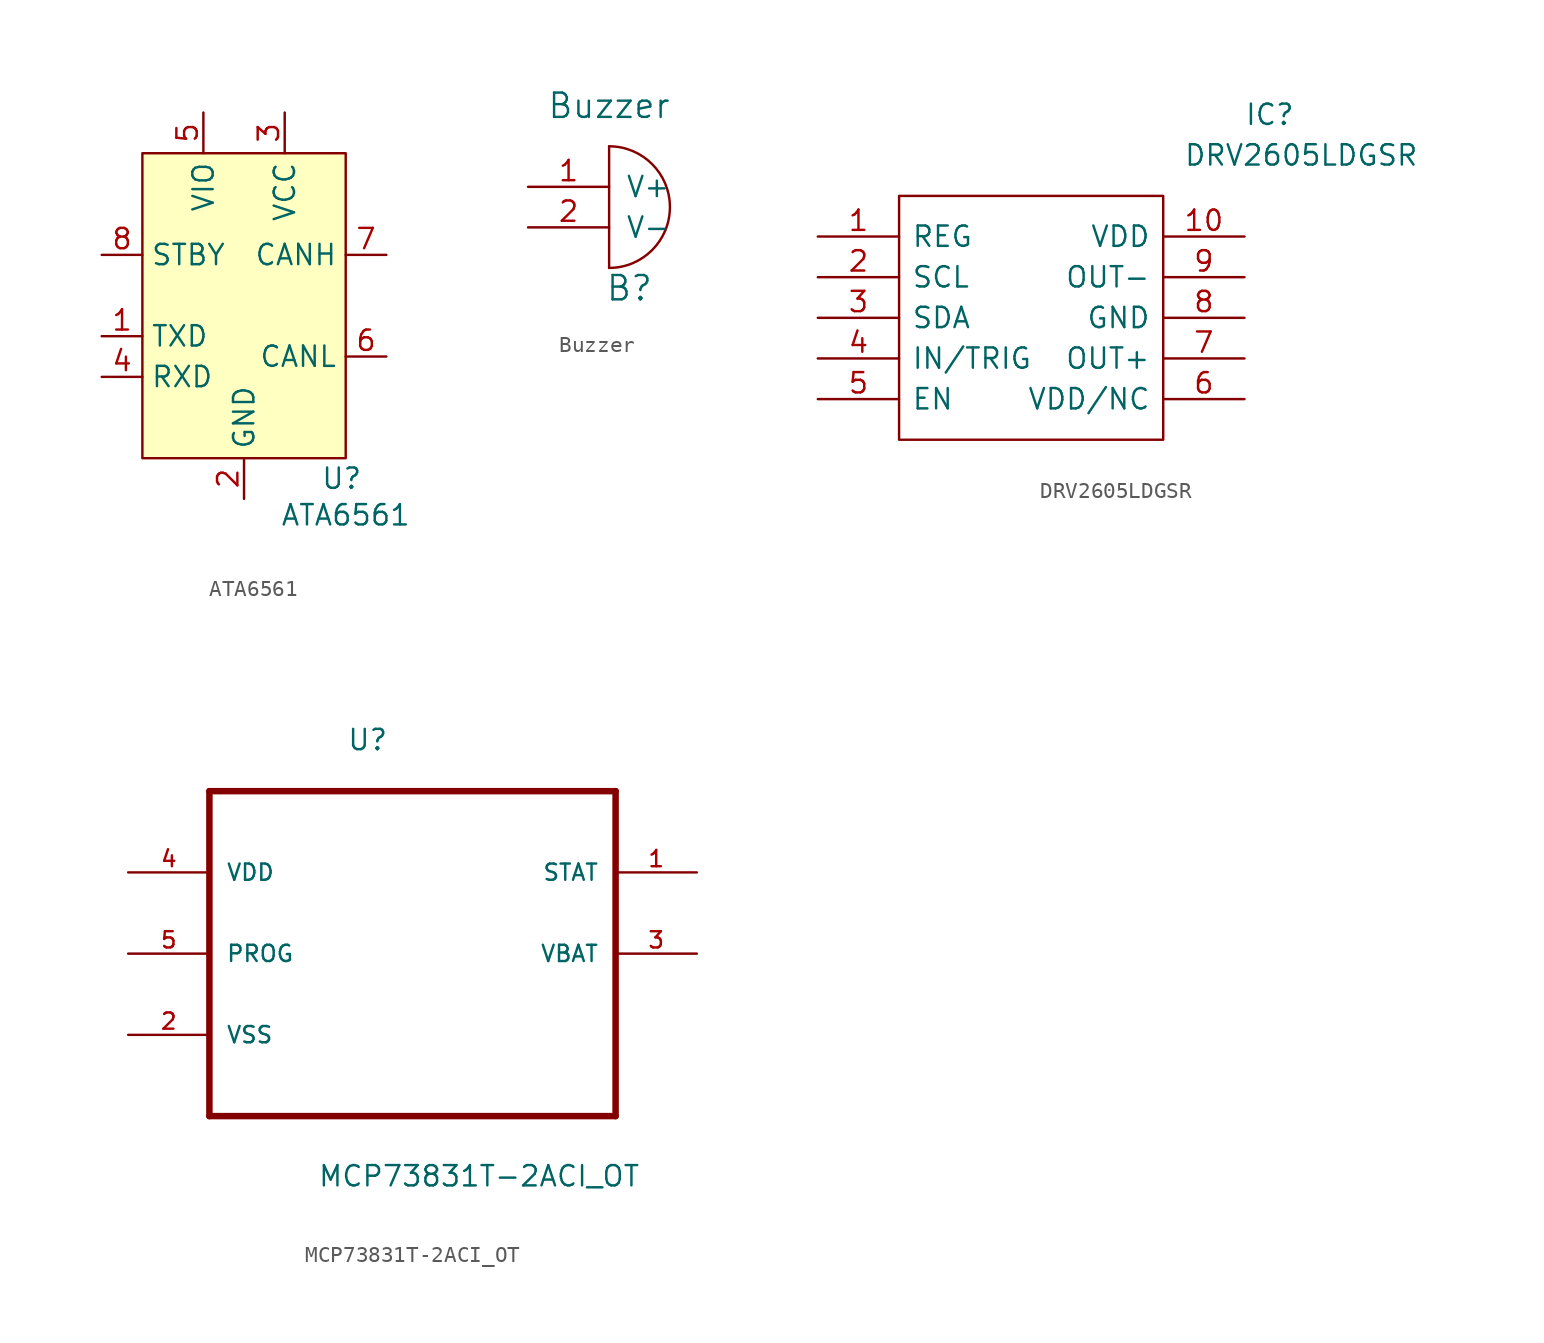
<source format=kicad_sym>
(kicad_symbol_lib
  (version 20231120)
  (generator "kicad_symbol_editor")
  (generator_version "8.0")
  (symbol "ATA6561"
    (property "Reference" "U"
      (at 6.096 -10.16 0)
      (effects (font (size 1.27 1.27))))
    (property "Value" "ATA6561"
      (at 6.35 -12.446 0)
      (effects (font (size 1.27 1.27))))
    (symbol "ATA6561_1_1"
      (rectangle (start -6.35 10.16) (end 6.35 -8.89) (stroke (width 0) (type default)) (fill (type background)))
      (pin input line (at -8.89 -1.27 0) (length 2.54) (name "TXD" (effects (font (size 1.27 1.27)))) (number "1" (effects (font (size 1.27 1.27)))))
      (pin power_in line (at 0 -11.43 90) (length 2.54) (name "GND" (effects (font (size 1.27 1.27)))) (number "2" (effects (font (size 1.27 1.27)))))
      (pin power_in line (at 2.54 12.7 270) (length 2.54) (name "VCC" (effects (font (size 1.27 1.27)))) (number "3" (effects (font (size 1.27 1.27)))))
      (pin output line (at -8.89 -3.81 0) (length 2.54) (name "RXD" (effects (font (size 1.27 1.27)))) (number "4" (effects (font (size 1.27 1.27)))))
      (pin power_in line (at -2.54 12.7 270) (length 2.54) (name "VIO" (effects (font (size 1.27 1.27)))) (number "5" (effects (font (size 1.27 1.27)))))
      (pin bidirectional line (at 8.89 -2.54 180) (length 2.54) (name "CANL" (effects (font (size 1.27 1.27)))) (number "6" (effects (font (size 1.27 1.27)))))
      (pin bidirectional line (at 8.89 3.81 180) (length 2.54) (name "CANH" (effects (font (size 1.27 1.27)))) (number "7" (effects (font (size 1.27 1.27)))))
      (pin input line (at -8.89 3.81 0) (length 2.54) (name "STBY" (effects (font (size 1.27 1.27)))) (number "8" (effects (font (size 1.27 1.27)))))))
  (symbol "Buzzer"
    (pin_names
      (offset 1.016))
    (property "Reference" "B"
      (at 1.27 -1.27 0)
      (effects (font (size 1.524 1.524))))
    (property "Value" "Buzzer"
      (at 0 10.16 0)
      (effects (font (size 1.524 1.524))))
    (symbol "Buzzer_0_1"
      (polyline (pts (xy 0 7.62) (xy 0 0)) (stroke (width 0) (type default)) (fill (type none)))
      (arc (start 0 0) (mid 3.7934 3.81) (end 0 7.62) (stroke (width 0) (type default)) (fill (type none))))
    (symbol "Buzzer_1_1"
      (pin input line (at -5.08 5.08 0) (length 5.08) (name "V+" (effects (font (size 1.27 1.27)))) (number "1" (effects (font (size 1.27 1.27)))))
      (pin input line (at -5.08 2.54 0) (length 5.08) (name "V-" (effects (font (size 1.27 1.27)))) (number "2" (effects (font (size 1.27 1.27)))))))
  (symbol "DRV2605LDGSR"
    (pin_names
      (offset 0.762))
    (property "Reference" "IC"
      (at 31.75 7.62 0)
      (effects (font (size 1.27 1.27)) (justify left)))
    (property "Value" "DRV2605LDGSR"
      (at 27.94 5.08 0)
      (effects (font (size 1.27 1.27)) (justify left)))
    (symbol "DRV2605LDGSR_0_0"
      (pin unspecified line (at 5.08 0 0) (length 5.08) (name "REG" (effects (font (size 1.27 1.27)))) (number "1" (effects (font (size 1.27 1.27)))))
      (pin unspecified line (at 31.75 0 180) (length 5.08) (name "VDD" (effects (font (size 1.27 1.27)))) (number "10" (effects (font (size 1.27 1.27)))))
      (pin unspecified line (at 5.08 -2.54 0) (length 5.08) (name "SCL" (effects (font (size 1.27 1.27)))) (number "2" (effects (font (size 1.27 1.27)))))
      (pin unspecified line (at 5.08 -5.08 0) (length 5.08) (name "SDA" (effects (font (size 1.27 1.27)))) (number "3" (effects (font (size 1.27 1.27)))))
      (pin unspecified line (at 5.08 -7.62 0) (length 5.08) (name "IN/TRIG" (effects (font (size 1.27 1.27)))) (number "4" (effects (font (size 1.27 1.27)))))
      (pin unspecified line (at 5.08 -10.16 0) (length 5.08) (name "EN" (effects (font (size 1.27 1.27)))) (number "5" (effects (font (size 1.27 1.27)))))
      (pin unspecified line (at 31.75 -10.16 180) (length 5.08) (name "VDD/NC" (effects (font (size 1.27 1.27)))) (number "6" (effects (font (size 1.27 1.27)))))
      (pin unspecified line (at 31.75 -7.62 180) (length 5.08) (name "OUT+" (effects (font (size 1.27 1.27)))) (number "7" (effects (font (size 1.27 1.27)))))
      (pin unspecified line (at 31.75 -5.08 180) (length 5.08) (name "GND" (effects (font (size 1.27 1.27)))) (number "8" (effects (font (size 1.27 1.27)))))
      (pin unspecified line (at 31.75 -2.54 180) (length 5.08) (name "OUT-" (effects (font (size 1.27 1.27)))) (number "9" (effects (font (size 1.27 1.27))))))
    (symbol "DRV2605LDGSR_0_1"
      (rectangle (start 10.16 2.54) (end 26.67 -12.7) (stroke (width 0.152) (type default)) (fill (type none)))))
  (symbol "MCP73831T-2ACI_OT"
    (pin_names
      (offset 1.016))
    (property "Reference" "U"
      (at -4.115 10.084 0)
      (effects (font (size 1.27 1.27)) (justify left bottom)))
    (property "Value" "MCP73831T-2ACI_OT"
      (at -5.944 -17.196 0)
      (effects (font (size 1.27 1.27)) (justify left bottom)))
    (property "ki_locked" ""
      (at 0 0 0)
      (effects (font (size 1.27 1.27))))
    (symbol "MCP73831T-2ACI_OT_0_0"
      (polyline (pts (xy -12.7 -12.7) (xy 12.7 -12.7)) (stroke (width 0.406) (type default)) (fill (type none)))
      (polyline (pts (xy -12.7 7.62) (xy -12.7 -12.7)) (stroke (width 0.406) (type default)) (fill (type none)))
      (polyline (pts (xy 12.7 -12.7) (xy 12.7 7.62)) (stroke (width 0.406) (type default)) (fill (type none)))
      (polyline (pts (xy 12.7 7.62) (xy -12.7 7.62)) (stroke (width 0.406) (type default)) (fill (type none)))
      (pin output line (at 17.78 2.54 180) (length 5.08) (name "STAT" (effects (font (size 1.016 1.016)))) (number "1" (effects (font (size 1.016 1.016)))))
      (pin power_in line (at -17.78 -7.62 0) (length 5.08) (name "VSS" (effects (font (size 1.016 1.016)))) (number "2" (effects (font (size 1.016 1.016)))))
      (pin output line (at 17.78 -2.54 180) (length 5.08) (name "VBAT" (effects (font (size 1.016 1.016)))) (number "3" (effects (font (size 1.016 1.016)))))
      (pin power_in line (at -17.78 2.54 0) (length 5.08) (name "VDD" (effects (font (size 1.016 1.016)))) (number "4" (effects (font (size 1.016 1.016)))))
      (pin input line (at -17.78 -2.54 0) (length 5.08) (name "PROG" (effects (font (size 1.016 1.016)))) (number "5" (effects (font (size 1.016 1.016))))))))
</source>
